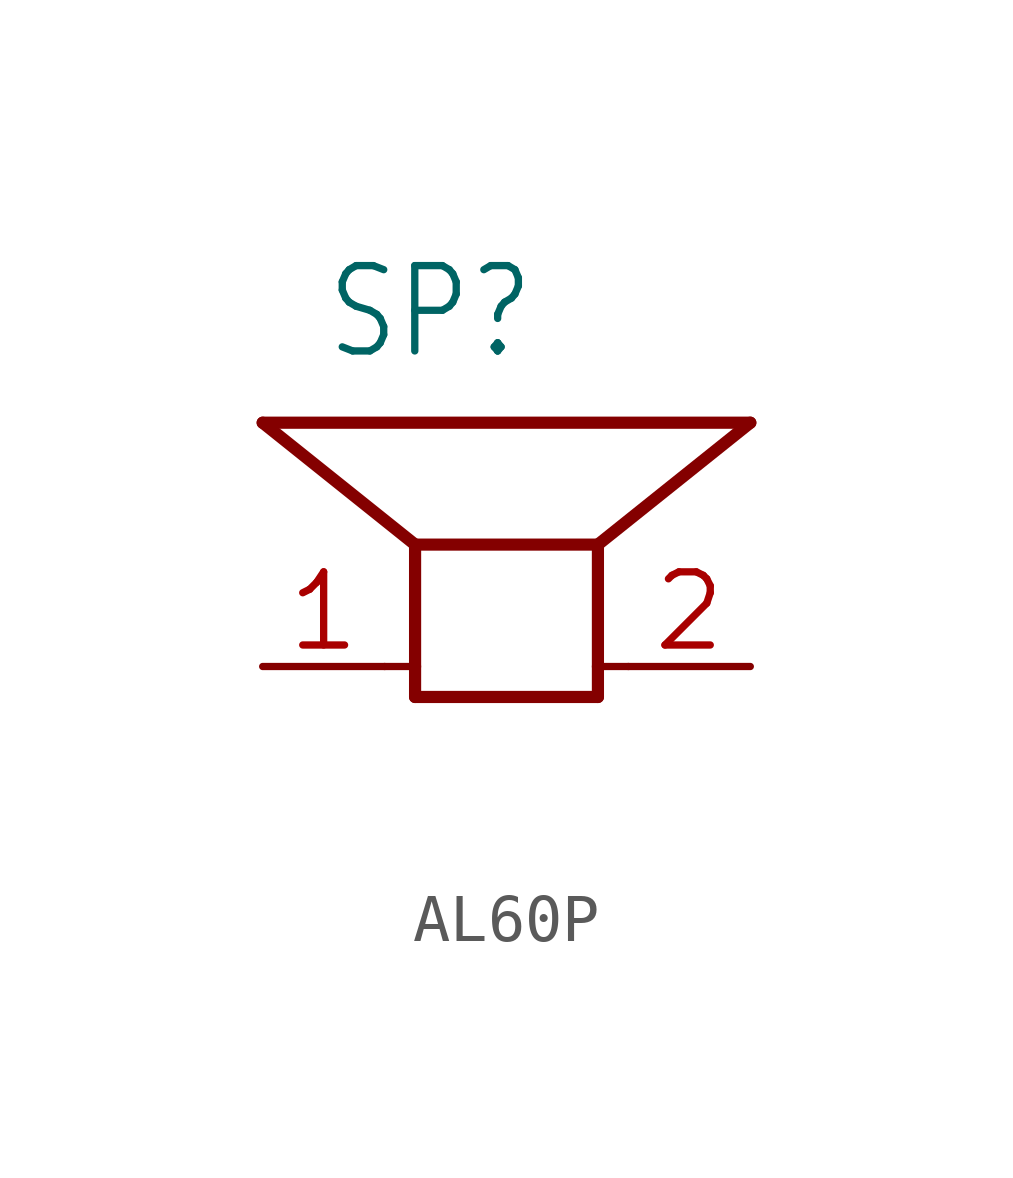
<source format=kicad_sym>
(kicad_symbol_lib
  (version 20241209)
  (generator "kicad_symbol_editor")
  (generator_version "9.0")
  (symbol "AL60P"
    (property "Reference" "SP"
      (at -3.81 6.35 0)
      (effects (font (size 1.778 1.511)) (justify left bottom)))
    (property "Value" ""
      (at -3.81 -3.175 0)
      (effects (font (size 1.778 1.511)) (justify left bottom)))
    (property "ki_locked" ""
      (at 0 0 0)
      (effects (font (size 1.27 1.27))))
    (symbol "AL60P_1_0"
      (polyline (pts (xy -2.54 0) (xy -1.905 0)) (stroke (width 0.152) (type solid)) (fill (type none)))
      (polyline (pts (xy -1.905 2.54) (xy -5.08 5.08)) (stroke (width 0.254) (type solid)) (fill (type none)))
      (polyline (pts (xy -1.905 0) (xy -1.905 2.54)) (stroke (width 0.254) (type solid)) (fill (type none)))
      (polyline (pts (xy -1.905 -0.635) (xy -1.905 0)) (stroke (width 0.254) (type solid)) (fill (type none)))
      (polyline (pts (xy -1.905 -0.635) (xy 1.905 -0.635)) (stroke (width 0.254) (type solid)) (fill (type none)))
      (polyline (pts (xy 1.905 2.54) (xy -1.905 2.54)) (stroke (width 0.254) (type solid)) (fill (type none)))
      (polyline (pts (xy 1.905 2.54) (xy 5.08 5.08)) (stroke (width 0.254) (type solid)) (fill (type none)))
      (polyline (pts (xy 1.905 0) (xy 1.905 2.54)) (stroke (width 0.254) (type solid)) (fill (type none)))
      (polyline (pts (xy 1.905 -0.635) (xy 1.905 0)) (stroke (width 0.254) (type solid)) (fill (type none)))
      (polyline (pts (xy 2.54 0) (xy 1.905 0)) (stroke (width 0.152) (type solid)) (fill (type none)))
      (polyline (pts (xy 5.08 5.08) (xy -5.08 5.08)) (stroke (width 0.254) (type solid)) (fill (type none)))
      (pin passive line (at -5.08 0 0) (length 2.54) (name "1" (effects (font (size 0 0)))) (number "1" (effects (font (size 1.524 1.524)))))
      (pin passive line (at 5.08 0 180) (length 2.54) (name "2" (effects (font (size 0 0)))) (number "2" (effects (font (size 1.524 1.524))))))))
</source>
